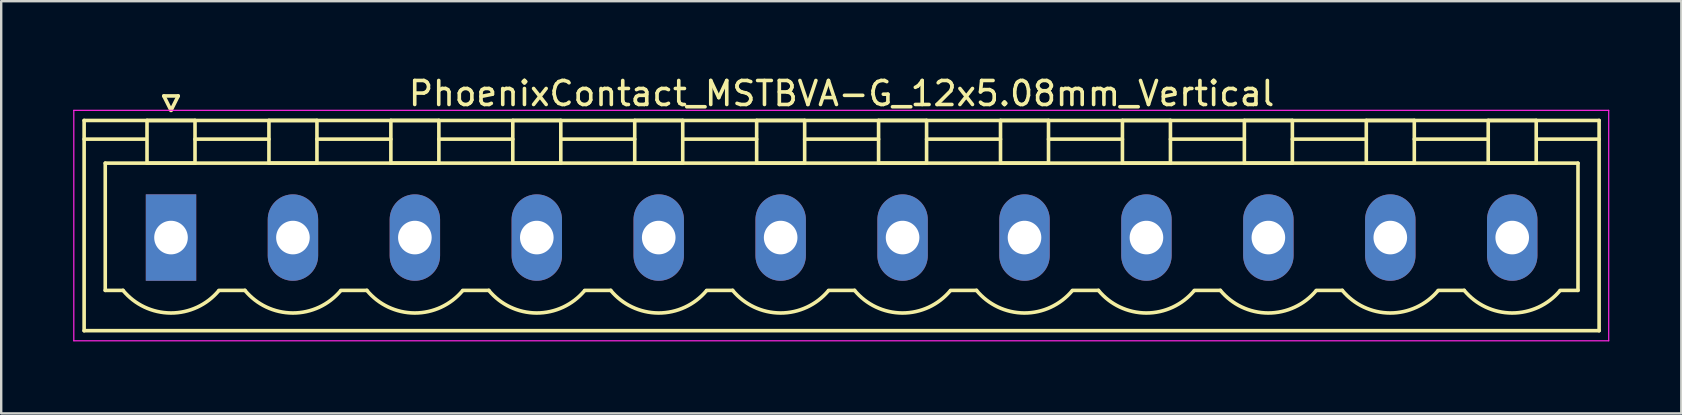
<source format=kicad_pcb>
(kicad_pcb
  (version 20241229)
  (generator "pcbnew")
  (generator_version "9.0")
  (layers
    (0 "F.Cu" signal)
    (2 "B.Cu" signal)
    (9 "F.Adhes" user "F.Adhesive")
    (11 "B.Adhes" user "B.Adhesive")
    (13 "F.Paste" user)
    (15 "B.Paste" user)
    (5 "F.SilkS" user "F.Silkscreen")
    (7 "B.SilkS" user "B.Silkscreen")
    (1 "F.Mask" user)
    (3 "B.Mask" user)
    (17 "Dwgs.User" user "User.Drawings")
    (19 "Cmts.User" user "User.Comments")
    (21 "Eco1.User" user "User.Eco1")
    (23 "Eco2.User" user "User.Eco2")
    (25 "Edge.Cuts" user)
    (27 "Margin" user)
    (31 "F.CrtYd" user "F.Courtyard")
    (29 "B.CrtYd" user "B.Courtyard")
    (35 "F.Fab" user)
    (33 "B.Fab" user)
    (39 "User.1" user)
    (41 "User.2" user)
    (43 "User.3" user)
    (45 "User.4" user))
  (footprint "PhoenixContact_MSTBVA-G_12x5.08mm_Vertical"
    (layer "F.Cu")
    (at 4.075 6.848)
    (property "Reference" "PhoenixContact_MSTBVA-G_12x5.08mm_Vertical" (at 27.94 -6 0) (layer "F.SilkS") (effects (font (size 1 1) (thickness 0.15))))
    (attr through_hole)
    (fp_line (start -3.62 -4.88) (end -3.62 3.88) (stroke (width 0.15) (type solid)) (layer "F.SilkS"))
    (fp_line (start -3.62 -4.1) (end -1.08 -4.1) (stroke (width 0.15) (type solid)) (layer "F.SilkS"))
    (fp_line (start -3.62 3.88) (end 59.5 3.88) (stroke (width 0.15) (type solid)) (layer "F.SilkS"))
    (fp_line (start -2.74 -3.1) (end 58.62 -3.1) (stroke (width 0.15) (type solid)) (layer "F.SilkS"))
    (fp_line (start -2.74 2.2) (end -2.74 -3.1) (stroke (width 0.15) (type solid)) (layer "F.SilkS"))
    (fp_line (start -2 2.2) (end -2.74 2.2) (stroke (width 0.15) (type solid)) (layer "F.SilkS"))
    (fp_line (start -1 -4.88) (end 1 -4.88) (stroke (width 0.15) (type solid)) (layer "F.SilkS"))
    (fp_line (start -1 -3.1) (end -1 -4.88) (stroke (width 0.15) (type solid)) (layer "F.SilkS"))
    (fp_line (start -0.3 -5.9) (end 0 -5.3) (stroke (width 0.15) (type solid)) (layer "F.SilkS"))
    (fp_line (start 0 -5.3) (end 0.3 -5.9) (stroke (width 0.15) (type solid)) (layer "F.SilkS"))
    (fp_line (start 0.3 -5.9) (end -0.3 -5.9) (stroke (width 0.15) (type solid)) (layer "F.SilkS"))
    (fp_line (start 1 -4.88) (end 1 -3.1) (stroke (width 0.15) (type solid)) (layer "F.SilkS"))
    (fp_line (start 1 -4.1) (end 4.08 -4.1) (stroke (width 0.15) (type solid)) (layer "F.SilkS"))
    (fp_line (start 1 -3.1) (end -1 -3.1) (stroke (width 0.15) (type solid)) (layer "F.SilkS"))
    (fp_line (start 2 2.2) (end 3.08 2.2) (stroke (width 0.15) (type solid)) (layer "F.SilkS"))
    (fp_line (start 4.08 -4.88) (end 6.08 -4.88) (stroke (width 0.15) (type solid)) (layer "F.SilkS"))
    (fp_line (start 4.08 -3.1) (end 4.08 -4.88) (stroke (width 0.15) (type solid)) (layer "F.SilkS"))
    (fp_line (start 6.08 -4.88) (end 6.08 -3.1) (stroke (width 0.15) (type solid)) (layer "F.SilkS"))
    (fp_line (start 6.08 -4.1) (end 9.16 -4.1) (stroke (width 0.15) (type solid)) (layer "F.SilkS"))
    (fp_line (start 6.08 -3.1) (end 4.08 -3.1) (stroke (width 0.15) (type solid)) (layer "F.SilkS"))
    (fp_line (start 7.08 2.2) (end 8.16 2.2) (stroke (width 0.15) (type solid)) (layer "F.SilkS"))
    (fp_line (start 9.16 -4.88) (end 11.16 -4.88) (stroke (width 0.15) (type solid)) (layer "F.SilkS"))
    (fp_line (start 9.16 -3.1) (end 9.16 -4.88) (stroke (width 0.15) (type solid)) (layer "F.SilkS"))
    (fp_line (start 11.16 -4.88) (end 11.16 -3.1) (stroke (width 0.15) (type solid)) (layer "F.SilkS"))
    (fp_line (start 11.16 -4.1) (end 14.24 -4.1) (stroke (width 0.15) (type solid)) (layer "F.SilkS"))
    (fp_line (start 11.16 -3.1) (end 9.16 -3.1) (stroke (width 0.15) (type solid)) (layer "F.SilkS"))
    (fp_line (start 12.16 2.2) (end 13.24 2.2) (stroke (width 0.15) (type solid)) (layer "F.SilkS"))
    (fp_line (start 14.24 -4.88) (end 16.24 -4.88) (stroke (width 0.15) (type solid)) (layer "F.SilkS"))
    (fp_line (start 14.24 -3.1) (end 14.24 -4.88) (stroke (width 0.15) (type solid)) (layer "F.SilkS"))
    (fp_line (start 16.24 -4.88) (end 16.24 -3.1) (stroke (width 0.15) (type solid)) (layer "F.SilkS"))
    (fp_line (start 16.24 -4.1) (end 19.32 -4.1) (stroke (width 0.15) (type solid)) (layer "F.SilkS"))
    (fp_line (start 16.24 -3.1) (end 14.24 -3.1) (stroke (width 0.15) (type solid)) (layer "F.SilkS"))
    (fp_line (start 17.24 2.2) (end 18.32 2.2) (stroke (width 0.15) (type solid)) (layer "F.SilkS"))
    (fp_line (start 19.32 -4.88) (end 21.32 -4.88) (stroke (width 0.15) (type solid)) (layer "F.SilkS"))
    (fp_line (start 19.32 -3.1) (end 19.32 -4.88) (stroke (width 0.15) (type solid)) (layer "F.SilkS"))
    (fp_line (start 21.32 -4.88) (end 21.32 -3.1) (stroke (width 0.15) (type solid)) (layer "F.SilkS"))
    (fp_line (start 21.32 -4.1) (end 24.4 -4.1) (stroke (width 0.15) (type solid)) (layer "F.SilkS"))
    (fp_line (start 21.32 -3.1) (end 19.32 -3.1) (stroke (width 0.15) (type solid)) (layer "F.SilkS"))
    (fp_line (start 22.32 2.2) (end 23.4 2.2) (stroke (width 0.15) (type solid)) (layer "F.SilkS"))
    (fp_line (start 24.4 -4.88) (end 26.4 -4.88) (stroke (width 0.15) (type solid)) (layer "F.SilkS"))
    (fp_line (start 24.4 -3.1) (end 24.4 -4.88) (stroke (width 0.15) (type solid)) (layer "F.SilkS"))
    (fp_line (start 26.4 -4.88) (end 26.4 -3.1) (stroke (width 0.15) (type solid)) (layer "F.SilkS"))
    (fp_line (start 26.4 -4.1) (end 29.48 -4.1) (stroke (width 0.15) (type solid)) (layer "F.SilkS"))
    (fp_line (start 26.4 -3.1) (end 24.4 -3.1) (stroke (width 0.15) (type solid)) (layer "F.SilkS"))
    (fp_line (start 27.4 2.2) (end 28.48 2.2) (stroke (width 0.15) (type solid)) (layer "F.SilkS"))
    (fp_line (start 29.48 -4.88) (end 31.48 -4.88) (stroke (width 0.15) (type solid)) (layer "F.SilkS"))
    (fp_line (start 29.48 -3.1) (end 29.48 -4.88) (stroke (width 0.15) (type solid)) (layer "F.SilkS"))
    (fp_line (start 31.48 -4.88) (end 31.48 -3.1) (stroke (width 0.15) (type solid)) (layer "F.SilkS"))
    (fp_line (start 31.48 -4.1) (end 34.56 -4.1) (stroke (width 0.15) (type solid)) (layer "F.SilkS"))
    (fp_line (start 31.48 -3.1) (end 29.48 -3.1) (stroke (width 0.15) (type solid)) (layer "F.SilkS"))
    (fp_line (start 32.48 2.2) (end 33.56 2.2) (stroke (width 0.15) (type solid)) (layer "F.SilkS"))
    (fp_line (start 34.56 -4.88) (end 36.56 -4.88) (stroke (width 0.15) (type solid)) (layer "F.SilkS"))
    (fp_line (start 34.56 -3.1) (end 34.56 -4.88) (stroke (width 0.15) (type solid)) (layer "F.SilkS"))
    (fp_line (start 36.56 -4.88) (end 36.56 -3.1) (stroke (width 0.15) (type solid)) (layer "F.SilkS"))
    (fp_line (start 36.56 -4.1) (end 39.64 -4.1) (stroke (width 0.15) (type solid)) (layer "F.SilkS"))
    (fp_line (start 36.56 -3.1) (end 34.56 -3.1) (stroke (width 0.15) (type solid)) (layer "F.SilkS"))
    (fp_line (start 37.56 2.2) (end 38.64 2.2) (stroke (width 0.15) (type solid)) (layer "F.SilkS"))
    (fp_line (start 39.64 -4.88) (end 41.64 -4.88) (stroke (width 0.15) (type solid)) (layer "F.SilkS"))
    (fp_line (start 39.64 -3.1) (end 39.64 -4.88) (stroke (width 0.15) (type solid)) (layer "F.SilkS"))
    (fp_line (start 41.64 -4.88) (end 41.64 -3.1) (stroke (width 0.15) (type solid)) (layer "F.SilkS"))
    (fp_line (start 41.64 -4.1) (end 44.72 -4.1) (stroke (width 0.15) (type solid)) (layer "F.SilkS"))
    (fp_line (start 41.64 -3.1) (end 39.64 -3.1) (stroke (width 0.15) (type solid)) (layer "F.SilkS"))
    (fp_line (start 42.64 2.2) (end 43.72 2.2) (stroke (width 0.15) (type solid)) (layer "F.SilkS"))
    (fp_line (start 44.72 -4.88) (end 46.72 -4.88) (stroke (width 0.15) (type solid)) (layer "F.SilkS"))
    (fp_line (start 44.72 -3.1) (end 44.72 -4.88) (stroke (width 0.15) (type solid)) (layer "F.SilkS"))
    (fp_line (start 46.72 -4.88) (end 46.72 -3.1) (stroke (width 0.15) (type solid)) (layer "F.SilkS"))
    (fp_line (start 46.72 -4.1) (end 49.8 -4.1) (stroke (width 0.15) (type solid)) (layer "F.SilkS"))
    (fp_line (start 46.72 -3.1) (end 44.72 -3.1) (stroke (width 0.15) (type solid)) (layer "F.SilkS"))
    (fp_line (start 47.72 2.2) (end 48.8 2.2) (stroke (width 0.15) (type solid)) (layer "F.SilkS"))
    (fp_line (start 49.8 -4.88) (end 51.8 -4.88) (stroke (width 0.15) (type solid)) (layer "F.SilkS"))
    (fp_line (start 49.8 -3.1) (end 49.8 -4.88) (stroke (width 0.15) (type solid)) (layer "F.SilkS"))
    (fp_line (start 51.8 -4.88) (end 51.8 -3.1) (stroke (width 0.15) (type solid)) (layer "F.SilkS"))
    (fp_line (start 51.8 -4.1) (end 54.88 -4.1) (stroke (width 0.15) (type solid)) (layer "F.SilkS"))
    (fp_line (start 51.8 -3.1) (end 49.8 -3.1) (stroke (width 0.15) (type solid)) (layer "F.SilkS"))
    (fp_line (start 52.8 2.2) (end 53.88 2.2) (stroke (width 0.15) (type solid)) (layer "F.SilkS"))
    (fp_line (start 54.88 -4.88) (end 56.88 -4.88) (stroke (width 0.15) (type solid)) (layer "F.SilkS"))
    (fp_line (start 54.88 -3.1) (end 54.88 -4.88) (stroke (width 0.15) (type solid)) (layer "F.SilkS"))
    (fp_line (start 56.88 -4.88) (end 56.88 -3.1) (stroke (width 0.15) (type solid)) (layer "F.SilkS"))
    (fp_line (start 56.88 -3.1) (end 54.88 -3.1) (stroke (width 0.15) (type solid)) (layer "F.SilkS"))
    (fp_line (start 58.62 -3.1) (end 58.62 2.2) (stroke (width 0.15) (type solid)) (layer "F.SilkS"))
    (fp_line (start 58.62 2.2) (end 57.88 2.2) (stroke (width 0.15) (type solid)) (layer "F.SilkS"))
    (fp_line (start 59.5 -4.88) (end -3.62 -4.88) (stroke (width 0.15) (type solid)) (layer "F.SilkS"))
    (fp_line (start 59.5 -4.1) (end 56.96 -4.1) (stroke (width 0.15) (type solid)) (layer "F.SilkS"))
    (fp_line (start 59.5 3.88) (end 59.5 -4.88) (stroke (width 0.15) (type solid)) (layer "F.SilkS"))
    (fp_arc (start 1.986842 2.215821) (mid -0.010289 3.142758) (end -2 2.2) (stroke (width 0.15) (type solid)) (layer "F.SilkS"))
    (fp_arc (start 7.066842 2.215821) (mid 5.069711 3.142758) (end 3.08 2.2) (stroke (width 0.15) (type solid)) (layer "F.SilkS"))
    (fp_arc (start 12.146842 2.215821) (mid 10.149711 3.142758) (end 8.16 2.2) (stroke (width 0.15) (type solid)) (layer "F.SilkS"))
    (fp_arc (start 17.226842 2.215821) (mid 15.229711 3.142758) (end 13.24 2.2) (stroke (width 0.15) (type solid)) (layer "F.SilkS"))
    (fp_arc (start 22.306842 2.215821) (mid 20.309711 3.142758) (end 18.32 2.2) (stroke (width 0.15) (type solid)) (layer "F.SilkS"))
    (fp_arc (start 27.386842 2.215821) (mid 25.389711 3.142758) (end 23.4 2.2) (stroke (width 0.15) (type solid)) (layer "F.SilkS"))
    (fp_arc (start 32.466842 2.215821) (mid 30.469711 3.142758) (end 28.48 2.2) (stroke (width 0.15) (type solid)) (layer "F.SilkS"))
    (fp_arc (start 37.546842 2.215821) (mid 35.549711 3.142758) (end 33.56 2.2) (stroke (width 0.15) (type solid)) (layer "F.SilkS"))
    (fp_arc (start 42.626842 2.215821) (mid 40.629711 3.142758) (end 38.64 2.2) (stroke (width 0.15) (type solid)) (layer "F.SilkS"))
    (fp_arc (start 47.706842 2.215821) (mid 45.709711 3.142758) (end 43.72 2.2) (stroke (width 0.15) (type solid)) (layer "F.SilkS"))
    (fp_arc (start 52.786842 2.215821) (mid 50.789711 3.142758) (end 48.8 2.2) (stroke (width 0.15) (type solid)) (layer "F.SilkS"))
    (fp_arc (start 57.866842 2.215821) (mid 55.869711 3.142758) (end 53.88 2.2) (stroke (width 0.15) (type solid)) (layer "F.SilkS"))
    (fp_line (start -4.05 -5.3) (end -4.05 4.3) (stroke (width 0.05) (type solid)) (layer "F.CrtYd"))
    (fp_line (start -4.05 4.3) (end 59.9 4.3) (stroke (width 0.05) (type solid)) (layer "F.CrtYd"))
    (fp_line (start 59.9 -5.3) (end -4.05 -5.3) (stroke (width 0.05) (type solid)) (layer "F.CrtYd"))
    (fp_line (start 59.9 4.3) (end 59.9 -5.3) (stroke (width 0.05) (type solid)) (layer "F.CrtYd"))
    (pad "1" thru_hole rect (at 0 0) (size 2.1 3.6) (drill 1.4) (layers "*.Cu" "*.Mask"))
    (pad "2" thru_hole oval (at 5.08 0) (size 2.1 3.6) (drill 1.4) (layers "*.Cu" "*.Mask"))
    (pad "3" thru_hole oval (at 10.16 0) (size 2.1 3.6) (drill 1.4) (layers "*.Cu" "*.Mask"))
    (pad "4" thru_hole oval (at 15.24 0) (size 2.1 3.6) (drill 1.4) (layers "*.Cu" "*.Mask"))
    (pad "5" thru_hole oval (at 20.32 0) (size 2.1 3.6) (drill 1.4) (layers "*.Cu" "*.Mask"))
    (pad "6" thru_hole oval (at 25.4 0) (size 2.1 3.6) (drill 1.4) (layers "*.Cu" "*.Mask"))
    (pad "7" thru_hole oval (at 30.48 0) (size 2.1 3.6) (drill 1.4) (layers "*.Cu" "*.Mask"))
    (pad "8" thru_hole oval (at 35.56 0) (size 2.1 3.6) (drill 1.4) (layers "*.Cu" "*.Mask"))
    (pad "9" thru_hole oval (at 40.64 0) (size 2.1 3.6) (drill 1.4) (layers "*.Cu" "*.Mask"))
    (pad "10" thru_hole oval (at 45.72 0) (size 2.1 3.6) (drill 1.4) (layers "*.Cu" "*.Mask"))
    (pad "11" thru_hole oval (at 50.8 0) (size 2.1 3.6) (drill 1.4) (layers "*.Cu" "*.Mask"))
    (pad "12" thru_hole oval (at 55.88 0) (size 2.1 3.6) (drill 1.4) (layers "*.Cu" "*.Mask")))
  (gr_rect
    (start -3 -3)
    (end 67 14.173)
    (stroke (width 0.1) (type default))
    (fill no)
    (layer "Edge.Cuts")))
</source>
